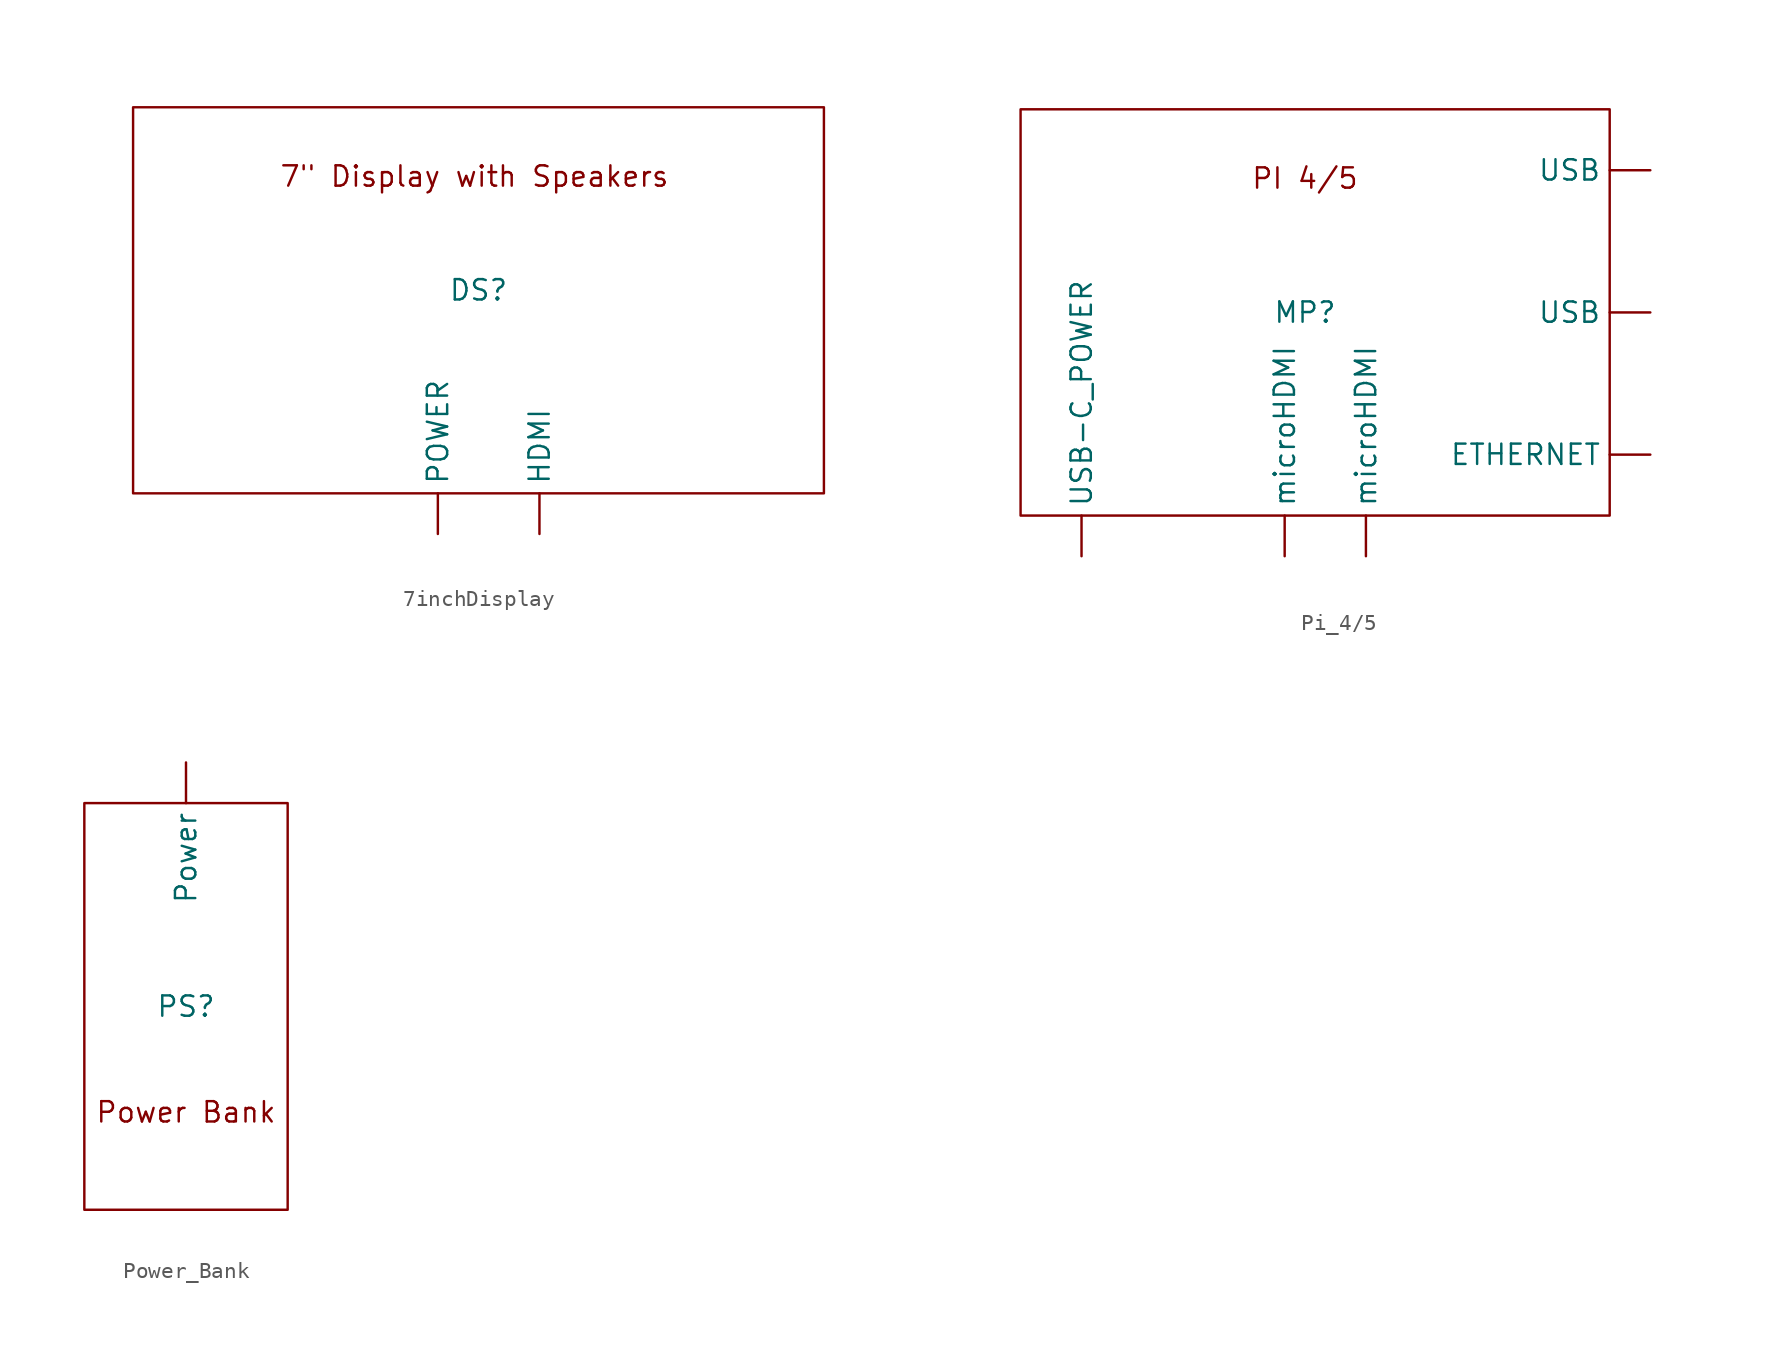
<source format=kicad_sym>
(kicad_symbol_lib
  (version 20241209)
  (generator "kicad_symbol_editor")
  (generator_version "9.0")
  (symbol "7inchDisplay"
    (property "Reference" "DS"
      (at 0 0 0)
      (effects (font (size 1.27 1.27))))
    (property "Value" ""
      (at 0 0 0)
      (effects (font (size 1.27 1.27))))
    (symbol "7inchDisplay_0_1"
      (rectangle (start -21.59 11.43) (end 21.59 -12.7) (stroke (width 0) (type default)) (fill (type none))))
    (symbol "7inchDisplay_1_1"
      (text "7\" Display with Speakers" (at -0.254 7.112 0) (effects (font (size 1.27 1.27))))
      (pin output line (at -2.54 -15.24 90) (length 2.54) (name "POWER" (effects (font (size 1.27 1.27)))) (number "" (effects (font (size 1.27 1.27)))))
      (pin output line (at 3.81 -15.24 90) (length 2.54) (name "HDMI" (effects (font (size 1.27 1.27)))) (number "" (effects (font (size 1.27 1.27)))))))
  (symbol "Pi_4/5"
    (property "Reference" "MP"
      (at 0 0 0)
      (effects (font (size 1.27 1.27))))
    (property "Value" ""
      (at 0 0 0)
      (effects (font (size 1.27 1.27))))
    (symbol "Pi_4/5_0_1"
      (rectangle (start -17.78 12.7) (end 19.05 -12.7) (stroke (width 0) (type default)) (fill (type none))))
    (symbol "Pi_4/5_1_1"
      (text "PI 4/5" (at 0 8.382 0) (effects (font (size 1.27 1.27))))
      (pin input line (at -13.97 -15.24 90) (length 2.54) (name "USB-C_POWER" (effects (font (size 1.27 1.27)))) (number "" (effects (font (size 1.27 1.27)))))
      (pin input line (at -1.27 -15.24 90) (length 2.54) (name "microHDMI" (effects (font (size 1.27 1.27)))) (number "" (effects (font (size 1.27 1.27)))))
      (pin input line (at 3.81 -15.24 90) (length 2.54) (name "microHDMI" (effects (font (size 1.27 1.27)))) (number "" (effects (font (size 1.27 1.27)))))
      (pin input line (at 21.59 8.89 180) (length 2.54) (name "USB" (effects (font (size 1.27 1.27)))) (number "" (effects (font (size 1.27 1.27)))))
      (pin input line (at 21.59 0 180) (length 2.54) (name "USB" (effects (font (size 1.27 1.27)))) (number "" (effects (font (size 1.27 1.27)))))
      (pin input line (at 21.59 -8.89 180) (length 2.54) (name "ETHERNET" (effects (font (size 1.27 1.27)))) (number "" (effects (font (size 1.27 1.27)))))))
  (symbol "Power_Bank"
    (property "Reference" "PS"
      (at 0 0 0)
      (effects (font (size 1.27 1.27))))
    (property "Value" ""
      (at 0 0 0)
      (effects (font (size 1.27 1.27))))
    (symbol "Power_Bank_0_1"
      (rectangle (start -6.35 12.7) (end 6.35 -12.7) (stroke (width 0) (type default)) (fill (type none))))
    (symbol "Power_Bank_1_1"
      (text "Power Bank" (at 0 -6.604 0) (effects (font (size 1.27 1.27))))
      (pin output line (at 0 15.24 270) (length 2.54) (name "Power" (effects (font (size 1.27 1.27)))) (number "" (effects (font (size 1.27 1.27))))))))
</source>
